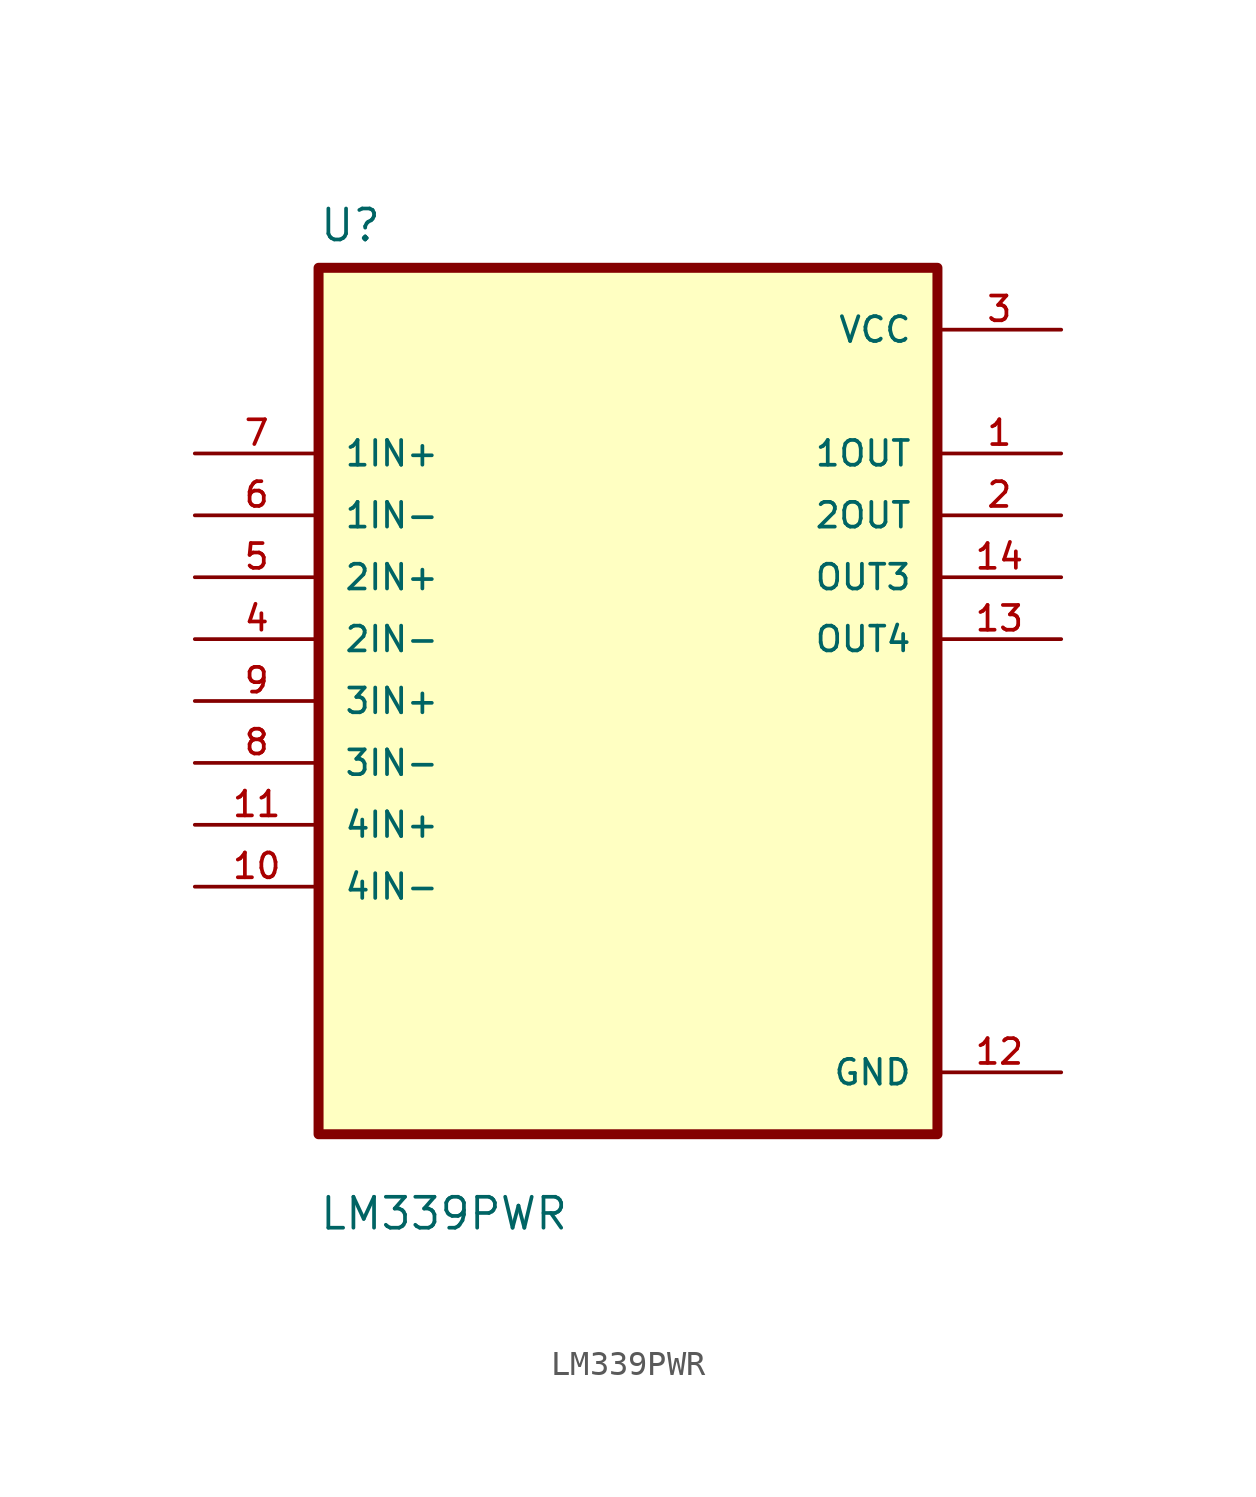
<source format=kicad_sym>
(kicad_symbol_lib
  (version 20211014)
  (generator kicad_symbol_editor)
  (symbol "LM339PWR"
    (pin_names
      (offset 1.016))
    (property "Reference" "U"
      (at -12.7 18.78 0.0)
      (effects (font (size 1.27 1.27)) (justify bottom left)))
    (property "Value" "LM339PWR"
      (at -12.7 -21.78 0.0)
      (effects (font (size 1.27 1.27)) (justify bottom left)))
    (symbol "LM339PWR_0_0"
      (rectangle (start -12.7 -17.78) (end 12.7 17.78) (stroke (width 0.41)) (fill (type background)))
      (pin input line (at -17.78 10.16 0) (length 5.08) (name "1IN+" (effects (font (size 1.016 1.016)))) (number "7" (effects (font (size 1.016 1.016)))))
      (pin input line (at -17.78 7.62 0) (length 5.08) (name "1IN-" (effects (font (size 1.016 1.016)))) (number "6" (effects (font (size 1.016 1.016)))))
      (pin input line (at -17.78 5.08 0) (length 5.08) (name "2IN+" (effects (font (size 1.016 1.016)))) (number "5" (effects (font (size 1.016 1.016)))))
      (pin input line (at -17.78 2.54 0) (length 5.08) (name "2IN-" (effects (font (size 1.016 1.016)))) (number "4" (effects (font (size 1.016 1.016)))))
      (pin input line (at -17.78 0.0 0) (length 5.08) (name "3IN+" (effects (font (size 1.016 1.016)))) (number "9" (effects (font (size 1.016 1.016)))))
      (pin input line (at -17.78 -2.54 0) (length 5.08) (name "3IN-" (effects (font (size 1.016 1.016)))) (number "8" (effects (font (size 1.016 1.016)))))
      (pin input line (at -17.78 -5.08 0) (length 5.08) (name "4IN+" (effects (font (size 1.016 1.016)))) (number "11" (effects (font (size 1.016 1.016)))))
      (pin input line (at -17.78 -7.62 0) (length 5.08) (name "4IN-" (effects (font (size 1.016 1.016)))) (number "10" (effects (font (size 1.016 1.016)))))
      (pin power_in line (at 17.78 15.24 180.0) (length 5.08) (name "VCC" (effects (font (size 1.016 1.016)))) (number "3" (effects (font (size 1.016 1.016)))))
      (pin output line (at 17.78 10.16 180.0) (length 5.08) (name "1OUT" (effects (font (size 1.016 1.016)))) (number "1" (effects (font (size 1.016 1.016)))))
      (pin output line (at 17.78 7.62 180.0) (length 5.08) (name "2OUT" (effects (font (size 1.016 1.016)))) (number "2" (effects (font (size 1.016 1.016)))))
      (pin output line (at 17.78 5.08 180.0) (length 5.08) (name "OUT3" (effects (font (size 1.016 1.016)))) (number "14" (effects (font (size 1.016 1.016)))))
      (pin output line (at 17.78 2.54 180.0) (length 5.08) (name "OUT4" (effects (font (size 1.016 1.016)))) (number "13" (effects (font (size 1.016 1.016)))))
      (pin power_in line (at 17.78 -15.24 180.0) (length 5.08) (name "GND" (effects (font (size 1.016 1.016)))) (number "12" (effects (font (size 1.016 1.016))))))))
</source>
